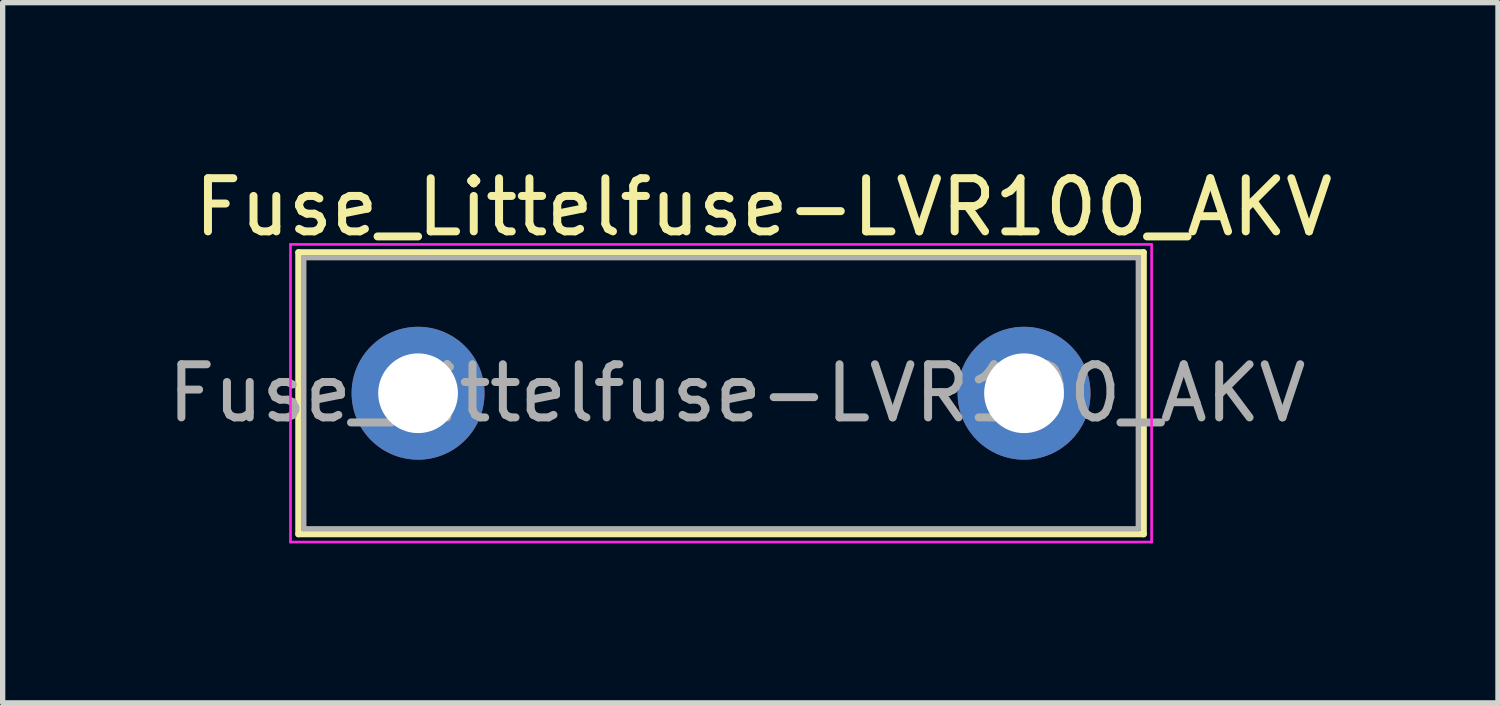
<source format=kicad_pcb>
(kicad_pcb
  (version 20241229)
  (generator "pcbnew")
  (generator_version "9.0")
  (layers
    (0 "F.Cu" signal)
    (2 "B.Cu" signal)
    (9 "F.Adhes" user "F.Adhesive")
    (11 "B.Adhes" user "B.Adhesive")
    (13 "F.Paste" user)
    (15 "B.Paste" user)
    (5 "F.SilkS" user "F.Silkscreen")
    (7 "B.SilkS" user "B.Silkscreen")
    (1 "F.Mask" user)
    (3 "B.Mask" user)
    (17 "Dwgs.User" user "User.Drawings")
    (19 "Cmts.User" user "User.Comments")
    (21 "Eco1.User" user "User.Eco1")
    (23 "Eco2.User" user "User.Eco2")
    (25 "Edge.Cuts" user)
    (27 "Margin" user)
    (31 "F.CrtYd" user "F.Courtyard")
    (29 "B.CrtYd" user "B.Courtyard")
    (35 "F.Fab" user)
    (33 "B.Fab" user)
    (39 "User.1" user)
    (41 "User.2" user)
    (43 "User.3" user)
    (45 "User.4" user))
  (footprint "Fuse_Littelfuse-LVR100_AKV"
    (layer "F.Cu")
    (at 4.815 4.348)
    (property "Reference" "Fuse_Littelfuse-LVR100_AKV" (at 6.5 -3.5 0) (layer "F.SilkS") (effects (font (size 1 1) (thickness 0.15))))
    (attr through_hole)
    (fp_line (start -2.25 -2.65) (end -2.25 2.65) (stroke (width 0.12) (type solid)) (layer "F.SilkS"))
    (fp_line (start -2.25 -2.65) (end 13.65 -2.65) (stroke (width 0.12) (type solid)) (layer "F.SilkS"))
    (fp_line (start 13.65 2.65) (end -2.25 2.65) (stroke (width 0.12) (type solid)) (layer "F.SilkS"))
    (fp_line (start 13.65 2.65) (end 13.65 -2.65) (stroke (width 0.12) (type solid)) (layer "F.SilkS"))
    (fp_line (start -2.4 -2.8) (end -2.4 2.8) (stroke (width 0.05) (type solid)) (layer "F.CrtYd"))
    (fp_line (start -2.4 -2.8) (end 13.8 -2.8) (stroke (width 0.05) (type solid)) (layer "F.CrtYd"))
    (fp_line (start 13.8 2.8) (end -2.4 2.8) (stroke (width 0.05) (type solid)) (layer "F.CrtYd"))
    (fp_line (start 13.8 2.8) (end 13.8 -2.8) (stroke (width 0.05) (type solid)) (layer "F.CrtYd"))
    (fp_line (start -2.15 -2.55) (end -2.15 2.55) (stroke (width 0.1) (type solid)) (layer "F.Fab"))
    (fp_line (start -2.15 2.55) (end 13.55 2.55) (stroke (width 0.1) (type solid)) (layer "F.Fab"))
    (fp_line (start 13.55 -2.55) (end -2.15 -2.55) (stroke (width 0.1) (type solid)) (layer "F.Fab"))
    (fp_line (start 13.55 2.55) (end 13.55 -2.55) (stroke (width 0.1) (type solid)) (layer "F.Fab"))
    (fp_text user "${REFERENCE}" (at 6 0 0) (layer "F.Fab") (effects (font (size 1 1) (thickness 0.15))))
    (pad "1" thru_hole circle (at 0 0) (size 2.5 2.5) (drill 1.5) (layers "*.Cu" "*.Mask"))
    (pad "2" thru_hole circle (at 11.4 0) (size 2.5 2.5) (drill 1.5) (layers "*.Cu" "*.Mask")))
  (gr_rect
    (start -3 -3)
    (end 25.131 10.173)
    (stroke (width 0.1) (type default))
    (fill no)
    (layer "Edge.Cuts")))
</source>
